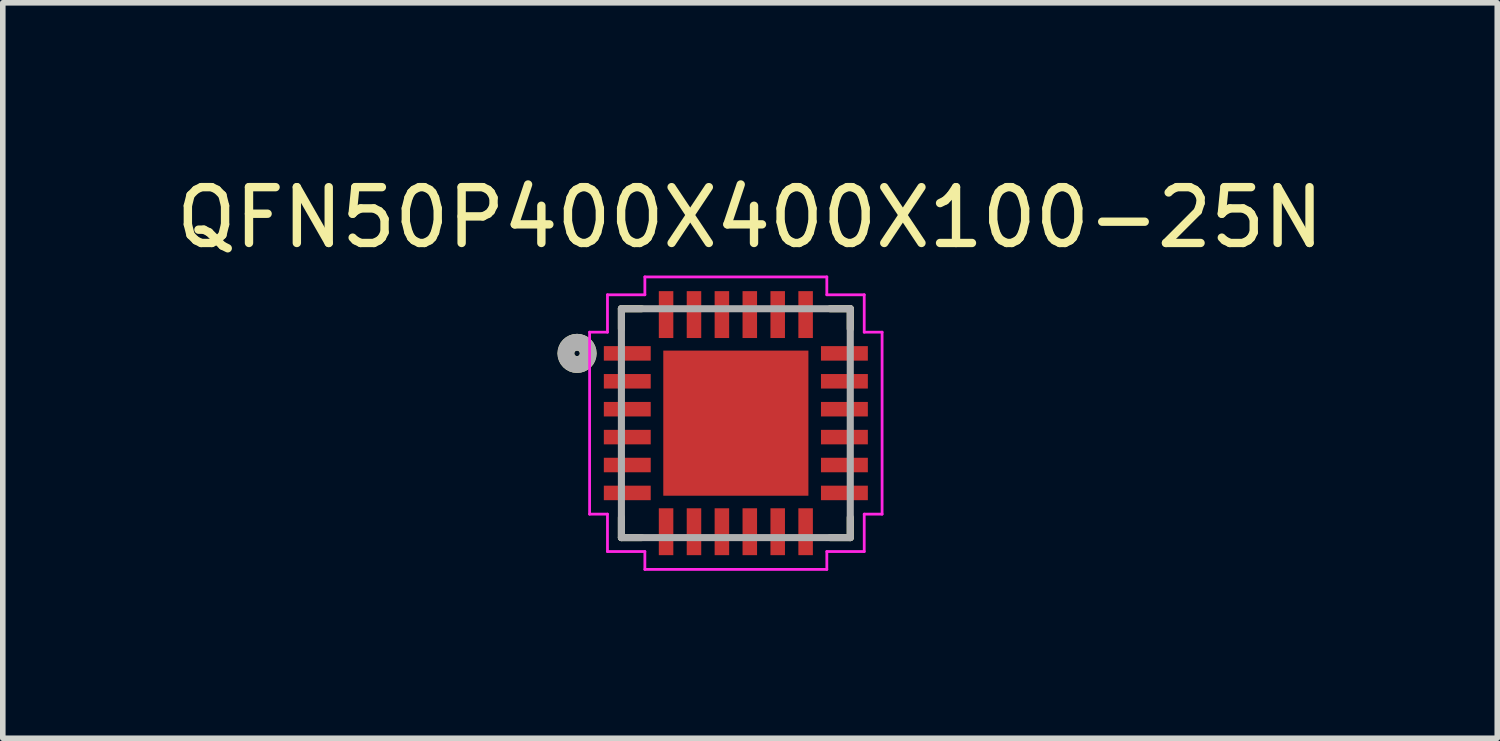
<source format=kicad_pcb>
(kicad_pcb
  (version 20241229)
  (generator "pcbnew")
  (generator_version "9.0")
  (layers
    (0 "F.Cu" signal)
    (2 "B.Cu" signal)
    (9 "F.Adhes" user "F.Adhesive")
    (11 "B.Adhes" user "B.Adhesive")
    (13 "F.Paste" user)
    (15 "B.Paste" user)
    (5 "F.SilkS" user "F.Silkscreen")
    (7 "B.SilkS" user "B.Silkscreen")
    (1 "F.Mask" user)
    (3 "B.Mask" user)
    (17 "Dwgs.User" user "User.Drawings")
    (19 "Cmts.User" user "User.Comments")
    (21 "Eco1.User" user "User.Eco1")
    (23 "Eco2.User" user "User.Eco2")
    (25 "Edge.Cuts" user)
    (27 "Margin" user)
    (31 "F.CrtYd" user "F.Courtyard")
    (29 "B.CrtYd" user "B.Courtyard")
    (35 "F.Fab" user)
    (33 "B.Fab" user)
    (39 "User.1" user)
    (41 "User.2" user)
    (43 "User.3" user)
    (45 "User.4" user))
  (footprint "QFN50P400X400X100-25N"
    (layer "F.Cu")
    (at 10.133 4.531)
    (property "Reference" "QFN50P400X400X100-25N" (at 0.254 -3.683 0) (layer "F.SilkS") (effects (font (size 1 1) (thickness 0.15))))
    (attr through_hole)
    (fp_line (start -2.05 -2.05) (end -2.05 -1.69) (stroke (width 0.127) (type solid)) (layer "F.SilkS"))
    (fp_line (start -2.05 2.05) (end -2.05 1.69) (stroke (width 0.127) (type solid)) (layer "F.SilkS"))
    (fp_line (start -1.69 -2.05) (end -2.05 -2.05) (stroke (width 0.127) (type solid)) (layer "F.SilkS"))
    (fp_line (start -1.69 2.05) (end -2.05 2.05) (stroke (width 0.127) (type solid)) (layer "F.SilkS"))
    (fp_line (start 1.69 2.05) (end 2.05 2.05) (stroke (width 0.127) (type solid)) (layer "F.SilkS"))
    (fp_line (start 2.05 -2.05) (end 1.69 -2.05) (stroke (width 0.127) (type solid)) (layer "F.SilkS"))
    (fp_line (start 2.05 -1.69) (end 2.05 -2.05) (stroke (width 0.127) (type solid)) (layer "F.SilkS"))
    (fp_line (start 2.05 2.05) (end 2.05 1.69) (stroke (width 0.127) (type solid)) (layer "F.SilkS"))
    (fp_circle (center -2.845 -1.25) (end -2.795 -1.25) (stroke (width 0.3) (type solid)) (fill no) (layer "F.SilkS"))
    (fp_poly (pts (xy -1.045 -1.045) (xy -0.125 -1.045) (xy -0.125 -0.125) (xy -1.045 -0.125)) (stroke (width 0.01) (type solid)) (fill yes) (layer "F.Paste"))
    (fp_poly (pts (xy -1.045 0.125) (xy -0.125 0.125) (xy -0.125 1.045) (xy -1.045 1.045)) (stroke (width 0.01) (type solid)) (fill yes) (layer "F.Paste"))
    (fp_poly (pts (xy 0.125 -1.045) (xy 1.045 -1.045) (xy 1.045 -0.125) (xy 0.125 -0.125)) (stroke (width 0.01) (type solid)) (fill yes) (layer "F.Paste"))
    (fp_poly (pts (xy 0.125 0.125) (xy 1.045 0.125) (xy 1.045 1.045) (xy 0.125 1.045)) (stroke (width 0.01) (type solid)) (fill yes) (layer "F.Paste"))
    (fp_line (start -2.62 -1.63) (end -2.62 1.63) (stroke (width 0.05) (type solid)) (layer "F.CrtYd"))
    (fp_line (start -2.62 1.63) (end -2.3 1.63) (stroke (width 0.05) (type solid)) (layer "F.CrtYd"))
    (fp_line (start -2.3 -2.3) (end -2.3 -1.63) (stroke (width 0.05) (type solid)) (layer "F.CrtYd"))
    (fp_line (start -2.3 -1.63) (end -2.62 -1.63) (stroke (width 0.05) (type solid)) (layer "F.CrtYd"))
    (fp_line (start -2.3 1.63) (end -2.3 2.3) (stroke (width 0.05) (type solid)) (layer "F.CrtYd"))
    (fp_line (start -2.3 2.3) (end -1.63 2.3) (stroke (width 0.05) (type solid)) (layer "F.CrtYd"))
    (fp_line (start -1.63 -2.62) (end -1.63 -2.3) (stroke (width 0.05) (type solid)) (layer "F.CrtYd"))
    (fp_line (start -1.63 -2.3) (end -2.3 -2.3) (stroke (width 0.05) (type solid)) (layer "F.CrtYd"))
    (fp_line (start -1.63 2.3) (end -1.63 2.62) (stroke (width 0.05) (type solid)) (layer "F.CrtYd"))
    (fp_line (start -1.63 2.62) (end 1.63 2.62) (stroke (width 0.05) (type solid)) (layer "F.CrtYd"))
    (fp_line (start 1.63 -2.62) (end -1.63 -2.62) (stroke (width 0.05) (type solid)) (layer "F.CrtYd"))
    (fp_line (start 1.63 -2.3) (end 1.63 -2.62) (stroke (width 0.05) (type solid)) (layer "F.CrtYd"))
    (fp_line (start 1.63 2.3) (end 2.3 2.3) (stroke (width 0.05) (type solid)) (layer "F.CrtYd"))
    (fp_line (start 1.63 2.62) (end 1.63 2.3) (stroke (width 0.05) (type solid)) (layer "F.CrtYd"))
    (fp_line (start 2.3 -2.3) (end 1.63 -2.3) (stroke (width 0.05) (type solid)) (layer "F.CrtYd"))
    (fp_line (start 2.3 -1.63) (end 2.3 -2.3) (stroke (width 0.05) (type solid)) (layer "F.CrtYd"))
    (fp_line (start 2.3 1.63) (end 2.62 1.63) (stroke (width 0.05) (type solid)) (layer "F.CrtYd"))
    (fp_line (start 2.3 2.3) (end 2.3 1.63) (stroke (width 0.05) (type solid)) (layer "F.CrtYd"))
    (fp_line (start 2.62 -1.63) (end 2.3 -1.63) (stroke (width 0.05) (type solid)) (layer "F.CrtYd"))
    (fp_line (start 2.62 1.63) (end 2.62 -1.63) (stroke (width 0.05) (type solid)) (layer "F.CrtYd"))
    (fp_line (start -2.05 -2.05) (end -2.05 2.05) (stroke (width 0.127) (type solid)) (layer "F.Fab"))
    (fp_line (start -2.05 2.05) (end 2.05 2.05) (stroke (width 0.127) (type solid)) (layer "F.Fab"))
    (fp_line (start 2.05 -2.05) (end -2.05 -2.05) (stroke (width 0.127) (type solid)) (layer "F.Fab"))
    (fp_line (start 2.05 2.05) (end 2.05 -2.05) (stroke (width 0.127) (type solid)) (layer "F.Fab"))
    (fp_circle (center -2.845 -1.25) (end -2.795 -1.25) (stroke (width 0.3) (type solid)) (fill no) (layer "F.Fab"))
    (pad "1" smd rect (at -1.945 -1.25) (size 0.84 0.26) (layers "F.Cu" "F.Mask" "F.Paste"))
    (pad "2" smd rect (at -1.945 -0.75) (size 0.84 0.26) (layers "F.Cu" "F.Mask" "F.Paste"))
    (pad "3" smd rect (at -1.945 -0.25) (size 0.84 0.26) (layers "F.Cu" "F.Mask" "F.Paste"))
    (pad "4" smd rect (at -1.945 0.25) (size 0.84 0.26) (layers "F.Cu" "F.Mask" "F.Paste"))
    (pad "5" smd rect (at -1.945 0.75) (size 0.84 0.26) (layers "F.Cu" "F.Mask" "F.Paste"))
    (pad "6" smd rect (at -1.945 1.25) (size 0.84 0.26) (layers "F.Cu" "F.Mask" "F.Paste"))
    (pad "7" smd rect (at -1.25 1.945) (size 0.26 0.84) (layers "F.Cu" "F.Mask" "F.Paste"))
    (pad "8" smd rect (at -0.75 1.945) (size 0.26 0.84) (layers "F.Cu" "F.Mask" "F.Paste"))
    (pad "9" smd rect (at -0.25 1.945) (size 0.26 0.84) (layers "F.Cu" "F.Mask" "F.Paste"))
    (pad "10" smd rect (at 0.25 1.945) (size 0.26 0.84) (layers "F.Cu" "F.Mask" "F.Paste"))
    (pad "11" smd rect (at 0.75 1.945) (size 0.26 0.84) (layers "F.Cu" "F.Mask" "F.Paste"))
    (pad "12" smd rect (at 1.25 1.945) (size 0.26 0.84) (layers "F.Cu" "F.Mask" "F.Paste"))
    (pad "13" smd rect (at 1.945 1.25) (size 0.84 0.26) (layers "F.Cu" "F.Mask" "F.Paste"))
    (pad "14" smd rect (at 1.945 0.75) (size 0.84 0.26) (layers "F.Cu" "F.Mask" "F.Paste"))
    (pad "15" smd rect (at 1.945 0.25) (size 0.84 0.26) (layers "F.Cu" "F.Mask" "F.Paste"))
    (pad "16" smd rect (at 1.945 -0.25) (size 0.84 0.26) (layers "F.Cu" "F.Mask" "F.Paste"))
    (pad "17" smd rect (at 1.945 -0.75) (size 0.84 0.26) (layers "F.Cu" "F.Mask" "F.Paste"))
    (pad "18" smd rect (at 1.945 -1.25) (size 0.84 0.26) (layers "F.Cu" "F.Mask" "F.Paste"))
    (pad "19" smd rect (at 1.25 -1.945) (size 0.26 0.84) (layers "F.Cu" "F.Mask" "F.Paste"))
    (pad "20" smd rect (at 0.75 -1.945) (size 0.26 0.84) (layers "F.Cu" "F.Mask" "F.Paste"))
    (pad "21" smd rect (at 0.25 -1.945) (size 0.26 0.84) (layers "F.Cu" "F.Mask" "F.Paste"))
    (pad "22" smd rect (at -0.25 -1.945) (size 0.26 0.84) (layers "F.Cu" "F.Mask" "F.Paste"))
    (pad "23" smd rect (at -0.75 -1.945) (size 0.26 0.84) (layers "F.Cu" "F.Mask" "F.Paste"))
    (pad "24" smd rect (at -1.25 -1.945) (size 0.26 0.84) (layers "F.Cu" "F.Mask" "F.Paste"))
    (pad "25" smd rect (at 0 0) (size 2.6 2.6) (layers "F.Cu" "F.Mask")))
  (gr_rect
    (start -3 -3)
    (end 23.774 10.176)
    (stroke (width 0.1) (type default))
    (fill no)
    (layer "Edge.Cuts")))
</source>
